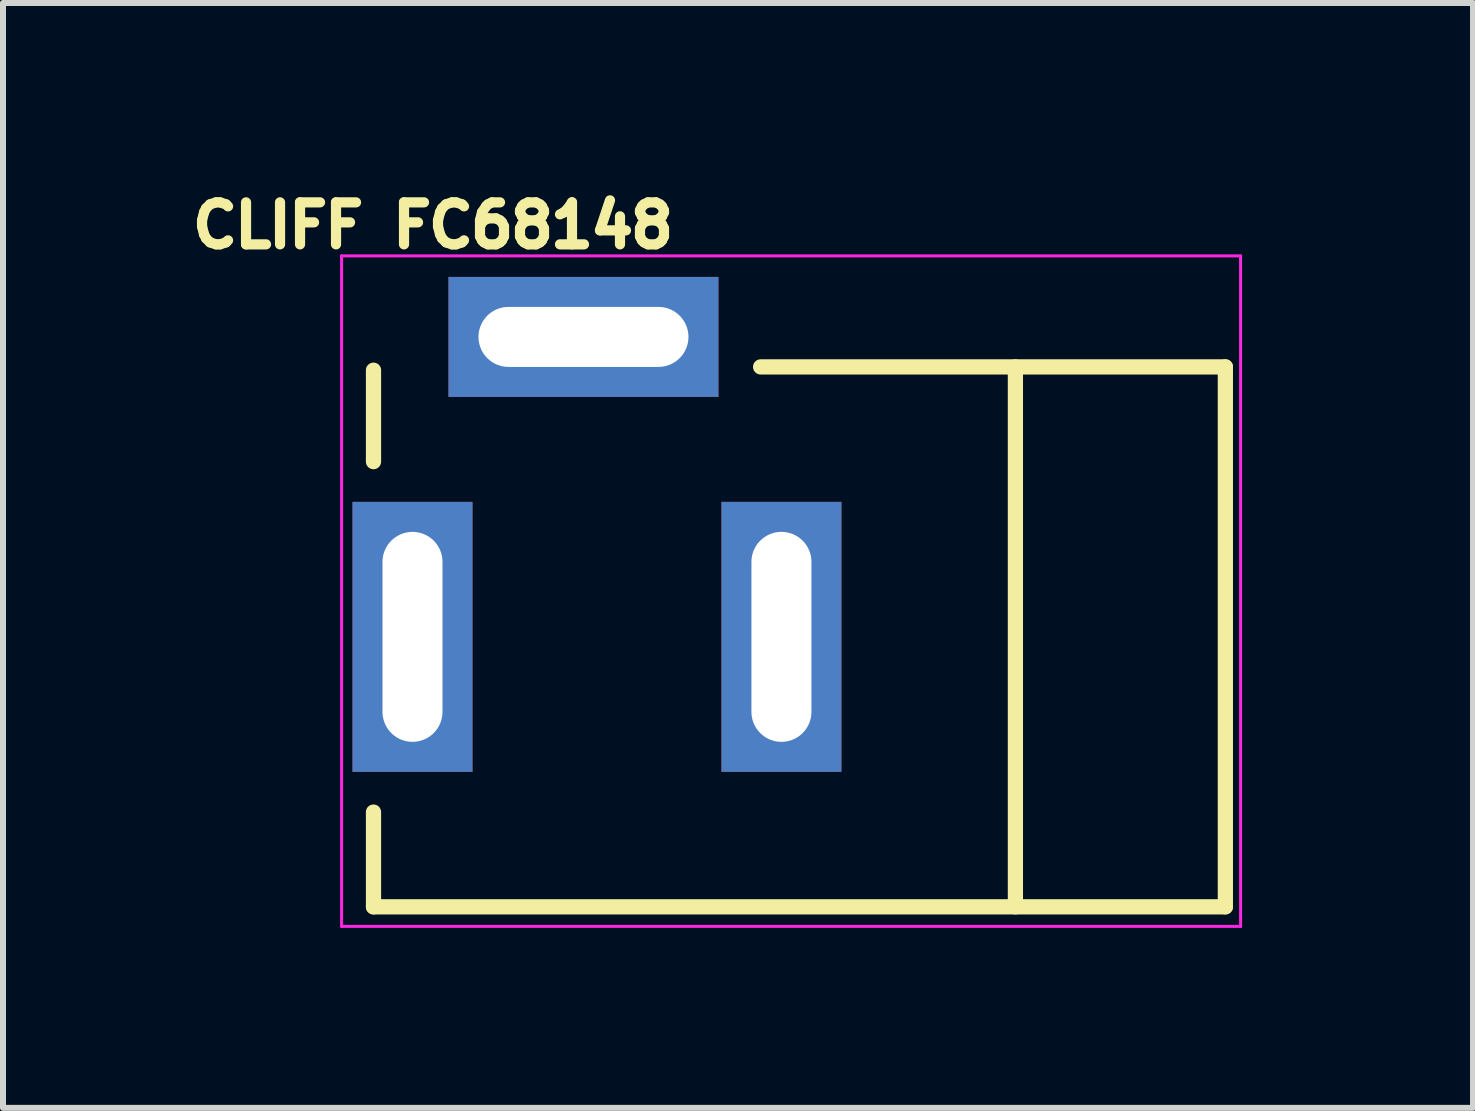
<source format=kicad_pcb>
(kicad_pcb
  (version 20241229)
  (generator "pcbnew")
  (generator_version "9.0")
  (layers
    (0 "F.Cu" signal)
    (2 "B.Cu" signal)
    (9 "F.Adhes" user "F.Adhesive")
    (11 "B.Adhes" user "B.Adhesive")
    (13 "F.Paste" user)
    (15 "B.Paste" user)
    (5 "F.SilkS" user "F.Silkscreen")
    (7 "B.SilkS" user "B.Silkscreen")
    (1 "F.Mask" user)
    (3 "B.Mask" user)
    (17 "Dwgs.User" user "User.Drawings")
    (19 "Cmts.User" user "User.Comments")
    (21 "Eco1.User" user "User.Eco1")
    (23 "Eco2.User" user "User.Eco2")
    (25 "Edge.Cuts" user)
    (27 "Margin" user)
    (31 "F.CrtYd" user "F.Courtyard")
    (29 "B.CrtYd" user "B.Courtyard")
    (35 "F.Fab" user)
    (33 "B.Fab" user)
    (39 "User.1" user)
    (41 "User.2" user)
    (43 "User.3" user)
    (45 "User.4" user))
  (footprint "CLIFF FC68148"
    (layer "F.Cu")
    (at 17.376 7.566)
    (property "Reference" "CLIFF FC68148" (at -13.208 -6.858 0) (layer "F.SilkS") (effects (font (size 0.7 0.7) (thickness 0.17))))
    (attr through_hole)
    (fp_line (start -14.2 -4.445) (end -14.2 -2.921) (stroke (width 0.254) (type solid)) (layer "F.SilkS"))
    (fp_line (start -14.2 4.5) (end -14.2 2.921) (stroke (width 0.254) (type solid)) (layer "F.SilkS"))
    (fp_line (start -3.5 -4.5) (end -3.5 4.5) (stroke (width 0.254) (type solid)) (layer "F.SilkS"))
    (fp_line (start 0 -4.5) (end -7.747 -4.5) (stroke (width 0.254) (type solid)) (layer "F.SilkS"))
    (fp_line (start 0 -4.5) (end 0 4.5) (stroke (width 0.254) (type solid)) (layer "F.SilkS"))
    (fp_line (start 0 4.5) (end -14.2 4.5) (stroke (width 0.254) (type solid)) (layer "F.SilkS"))
    (fp_line (start -1 0) (end 1 0) (stroke (width 0.256) (type solid)) (layer "Eco1.User"))
    (fp_line (start 0 -1) (end 0 1) (stroke (width 0.256) (type solid)) (layer "Eco1.User"))
    (fp_line (start -14.732 4.826) (end -14.732 -6.35) (stroke (width 0.05) (type solid)) (layer "F.CrtYd"))
    (fp_line (start -14.732 4.826) (end 0.254 4.826) (stroke (width 0.05) (type solid)) (layer "F.CrtYd"))
    (fp_line (start 0.254 -6.35) (end -14.732 -6.35) (stroke (width 0.05) (type solid)) (layer "F.CrtYd"))
    (fp_line (start 0.254 4.826) (end 0.254 -6.35) (stroke (width 0.05) (type solid)) (layer "F.CrtYd"))
    (pad "1" thru_hole rect (at -13.55 0) (size 2 4.5) (drill oval 1 3.5) (layers "*.Cu" "*.Mask"))
    (pad "2" thru_hole rect (at -10.7 -5 90) (size 2 4.5) (drill oval 1 3.5) (layers "*.Cu" "*.Mask"))
    (pad "3" thru_hole rect (at -7.4 0) (size 2 4.5) (drill oval 1 3.5) (layers "*.Cu" "*.Mask")))
  (gr_rect
    (start -3 -3)
    (end 21.504 15.417)
    (stroke (width 0.1) (type default))
    (fill no)
    (layer "Edge.Cuts")))
</source>
